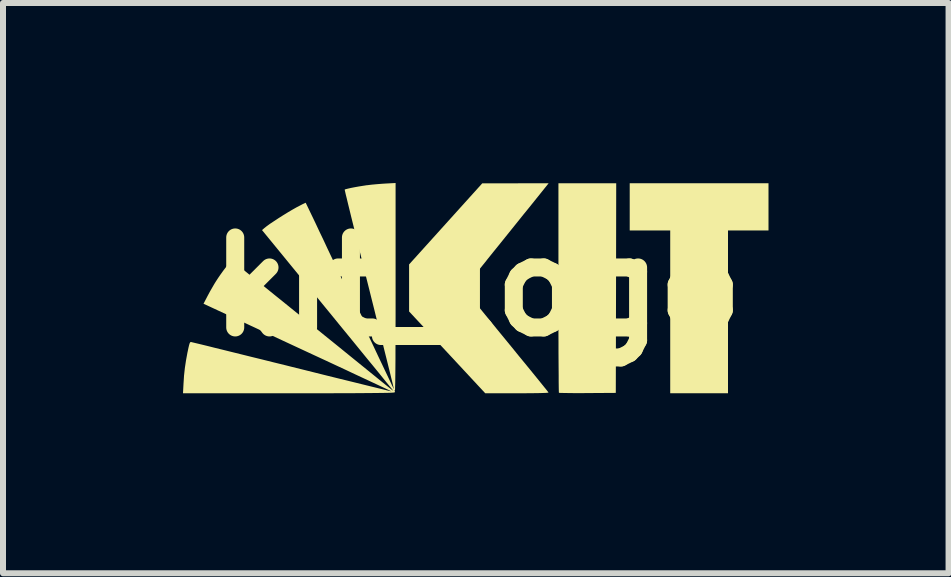
<source format=kicad_pcb>
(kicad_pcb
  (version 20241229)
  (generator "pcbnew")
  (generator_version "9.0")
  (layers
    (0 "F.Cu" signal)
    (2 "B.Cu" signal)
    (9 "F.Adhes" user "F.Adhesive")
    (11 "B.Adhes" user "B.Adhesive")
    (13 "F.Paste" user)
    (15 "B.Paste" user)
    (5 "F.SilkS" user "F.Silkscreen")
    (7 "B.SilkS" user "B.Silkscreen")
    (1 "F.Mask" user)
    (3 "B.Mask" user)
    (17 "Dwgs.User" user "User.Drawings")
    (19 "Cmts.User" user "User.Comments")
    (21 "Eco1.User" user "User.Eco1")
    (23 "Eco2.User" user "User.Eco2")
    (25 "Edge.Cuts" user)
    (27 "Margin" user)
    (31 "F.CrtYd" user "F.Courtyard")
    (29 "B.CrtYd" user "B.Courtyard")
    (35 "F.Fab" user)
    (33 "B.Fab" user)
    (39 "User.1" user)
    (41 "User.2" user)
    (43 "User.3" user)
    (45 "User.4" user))
  (footprint "kit_logo"
    (layer "F.Cu")
    (at 4.906 1.729)
    (property "Reference" "kit_logo" (at 0 0 0) (layer "F.SilkS") (effects (font (size 1.5 1.5) (thickness 0.3))))
    (attr board_only exclude_from_pos_files exclude_from_bom)
    (fp_poly (pts (xy 4.852 -1.331) (xy 4.852 -0.938) (xy 4.515 -0.938) (xy 4.177 -0.938) (xy 4.177 0.419) (xy 4.177 1.775) (xy 3.696 1.775) (xy 3.214 1.775) (xy 3.214 0.419) (xy 3.214 -0.938) (xy 2.876 -0.938) (xy 2.539 -0.938) (xy 2.539 -1.331) (xy 2.539 -1.725) (xy 3.696 -1.725) (xy 4.852 -1.725)) (stroke (width 0) (type solid)) (fill yes) (layer "F.SilkS"))
    (fp_poly (pts (xy 2.311 0.022) (xy 2.307 1.769) (xy 1.838 1.772) (xy 1.731 1.773) (xy 1.633 1.773) (xy 1.546 1.772) (xy 1.472 1.771) (xy 1.414 1.77) (xy 1.376 1.769) (xy 1.36 1.767) (xy 1.359 1.767) (xy 1.358 1.754) (xy 1.357 1.717) (xy 1.356 1.658) (xy 1.355 1.578) (xy 1.355 1.479) (xy 1.354 1.362) (xy 1.353 1.229) (xy 1.352 1.08) (xy 1.352 0.919) (xy 1.351 0.744) (xy 1.351 0.56) (xy 1.351 0.366) (xy 1.351 0.164) (xy 1.351 0.017) (xy 1.351 -1.725) (xy 1.832 -1.725) (xy 2.314 -1.725)) (stroke (width 0) (type solid)) (fill yes) (layer "F.SilkS"))
    (fp_poly (pts (xy 0.854 -1.309) (xy 0.769 -1.205) (xy 0.673 -1.085) (xy 0.57 -0.957) (xy 0.463 -0.824) (xy 0.356 -0.691) (xy 0.254 -0.565) (xy 0.161 -0.449) (xy 0.148 -0.432) (xy 0.061 -0.324) (xy -0.012 -0.233) (xy -0.071 -0.158) (xy -0.118 -0.098) (xy -0.154 -0.051) (xy -0.18 -0.015) (xy -0.197 0.012) (xy -0.207 0.03) (xy -0.21 0.042) (xy -0.209 0.05) (xy -0.209 0.05) (xy -0.199 0.063) (xy -0.174 0.093) (xy -0.136 0.14) (xy -0.085 0.202) (xy -0.024 0.278) (xy 0.048 0.366) (xy 0.128 0.464) (xy 0.217 0.572) (xy 0.311 0.688) (xy 0.411 0.81) (xy 0.494 0.911) (xy 0.597 1.037) (xy 0.695 1.158) (xy 0.788 1.271) (xy 0.874 1.376) (xy 0.952 1.472) (xy 1.021 1.557) (xy 1.079 1.629) (xy 1.126 1.687) (xy 1.16 1.729) (xy 1.18 1.755) (xy 1.186 1.763) (xy 1.175 1.766) (xy 1.14 1.769) (xy 1.082 1.771) (xy 1.004 1.773) (xy 0.905 1.774) (xy 0.787 1.775) (xy 0.661 1.775) (xy 0.131 1.775) (xy -0.503 1.093) (xy -1.138 0.412) (xy -1.138 0.02) (xy -1.138 -0.372) (xy -0.528 -1.048) (xy 0.081 -1.723) (xy 0.635 -1.724) (xy 1.188 -1.725)) (stroke (width 0) (type solid)) (fill yes) (layer "F.SilkS"))
    (fp_poly (pts (xy -1.363 0.008) (xy -1.363 0.264) (xy -1.363 0.496) (xy -1.364 0.705) (xy -1.364 0.891) (xy -1.365 1.057) (xy -1.365 1.202) (xy -1.366 1.328) (xy -1.367 1.436) (xy -1.368 1.526) (xy -1.369 1.601) (xy -1.371 1.659) (xy -1.372 1.704) (xy -1.374 1.735) (xy -1.376 1.753) (xy -1.378 1.76) (xy -1.386 1.762) (xy -1.405 1.764) (xy -1.437 1.766) (xy -1.483 1.768) (xy -1.543 1.769) (xy -1.618 1.77) (xy -1.709 1.771) (xy -1.818 1.772) (xy -1.946 1.773) (xy -2.092 1.774) (xy -2.259 1.774) (xy -2.447 1.775) (xy -2.657 1.775) (xy -2.89 1.775) (xy -3.147 1.775) (xy -3.15 1.775) (xy -4.906 1.775) (xy -4.898 1.623) (xy -4.889 1.482) (xy -4.875 1.354) (xy -4.856 1.228) (xy -4.831 1.092) (xy -4.829 1.084) (xy -4.815 1.017) (xy -4.804 0.971) (xy -4.795 0.942) (xy -4.787 0.927) (xy -4.777 0.921) (xy -4.771 0.921) (xy -4.756 0.925) (xy -4.718 0.934) (xy -4.659 0.948) (xy -4.58 0.967) (xy -4.482 0.991) (xy -4.367 1.02) (xy -4.236 1.052) (xy -4.091 1.088) (xy -3.933 1.127) (xy -3.764 1.169) (xy -3.584 1.213) (xy -3.396 1.26) (xy -3.2 1.308) (xy -3.089 1.336) (xy -2.891 1.385) (xy -2.699 1.433) (xy -2.515 1.479) (xy -2.341 1.522) (xy -2.178 1.562) (xy -2.027 1.599) (xy -1.89 1.633) (xy -1.768 1.663) (xy -1.662 1.689) (xy -1.575 1.71) (xy -1.507 1.727) (xy -1.459 1.738) (xy -1.433 1.744) (xy -1.429 1.745) (xy -1.44 1.74) (xy -1.472 1.724) (xy -1.524 1.699) (xy -1.595 1.666) (xy -1.684 1.624) (xy -1.789 1.575) (xy -1.909 1.519) (xy -2.042 1.457) (xy -2.188 1.388) (xy -2.345 1.315) (xy -2.512 1.237) (xy -2.687 1.156) (xy -2.87 1.071) (xy -2.995 1.013) (xy -4.564 0.283) (xy -4.492 0.145) (xy -4.457 0.08) (xy -4.418 0.012) (xy -4.382 -0.05) (xy -4.359 -0.087) (xy -4.32 -0.147) (xy -4.278 -0.208) (xy -4.234 -0.269) (xy -4.192 -0.324) (xy -4.154 -0.372) (xy -4.123 -0.408) (xy -4.102 -0.43) (xy -4.093 -0.434) (xy -4.088 -0.431) (xy -4.075 -0.421) (xy -4.053 -0.405) (xy -4.023 -0.381) (xy -3.983 -0.349) (xy -3.933 -0.31) (xy -3.872 -0.261) (xy -3.801 -0.203) (xy -3.717 -0.136) (xy -3.621 -0.059) (xy -3.512 0.029) (xy -3.389 0.129) (xy -3.252 0.239) (xy -3.1 0.362) (xy -2.933 0.497) (xy -2.75 0.645) (xy -2.551 0.807) (xy -2.334 0.982) (xy -2.1 1.172) (xy -1.847 1.377) (xy -1.598 1.579) (xy -1.539 1.627) (xy -1.486 1.669) (xy -1.444 1.702) (xy -1.415 1.725) (xy -1.401 1.734) (xy -1.401 1.735) (xy -1.403 1.731) (xy -1.388 1.731) (xy -1.382 1.738) (xy -1.376 1.731) (xy -1.382 1.725) (xy -1.388 1.731) (xy -1.403 1.731) (xy -1.408 1.725) (xy -1.431 1.696) (xy -1.468 1.651) (xy -1.518 1.59) (xy -1.58 1.513) (xy -1.653 1.423) (xy -1.737 1.32) (xy -1.831 1.206) (xy -1.933 1.081) (xy -2.042 0.947) (xy -2.159 0.804) (xy -2.282 0.654) (xy -2.409 0.498) (xy -2.495 0.393) (xy -3.589 -0.944) (xy -3.549 -0.979) (xy -3.511 -1.009) (xy -3.456 -1.049) (xy -3.388 -1.094) (xy -3.312 -1.144) (xy -3.233 -1.194) (xy -3.155 -1.242) (xy -3.082 -1.285) (xy -3.02 -1.32) (xy -3.013 -1.324) (xy -2.959 -1.352) (xy -2.913 -1.376) (xy -2.879 -1.392) (xy -2.863 -1.4) (xy -2.862 -1.4) (xy -2.856 -1.389) (xy -2.84 -1.356) (xy -2.815 -1.304) (xy -2.781 -1.233) (xy -2.738 -1.144) (xy -2.688 -1.039) (xy -2.632 -0.919) (xy -2.568 -0.786) (xy -2.5 -0.64) (xy -2.426 -0.484) (xy -2.347 -0.317) (xy -2.265 -0.143) (xy -2.179 0.039) (xy -2.125 0.155) (xy -2.038 0.34) (xy -1.954 0.52) (xy -1.873 0.691) (xy -1.796 0.854) (xy -1.724 1.006) (xy -1.658 1.147) (xy -1.597 1.275) (xy -1.543 1.389) (xy -1.496 1.488) (xy -1.457 1.57) (xy -1.427 1.634) (xy -1.405 1.678) (xy -1.393 1.702) (xy -1.391 1.706) (xy -1.393 1.694) (xy -1.402 1.659) (xy -1.415 1.602) (xy -1.434 1.526) (xy -1.457 1.43) (xy -1.485 1.318) (xy -1.517 1.189) (xy -1.553 1.046) (xy -1.591 0.89) (xy -1.633 0.722) (xy -1.678 0.544) (xy -1.724 0.357) (xy -1.773 0.162) (xy -1.802 0.045) (xy -1.852 -0.153) (xy -1.9 -0.345) (xy -1.945 -0.529) (xy -1.989 -0.703) (xy -2.029 -0.867) (xy -2.066 -1.018) (xy -2.1 -1.155) (xy -2.13 -1.278) (xy -2.156 -1.384) (xy -2.177 -1.472) (xy -2.194 -1.54) (xy -2.205 -1.589) (xy -2.211 -1.615) (xy -2.211 -1.619) (xy -2.195 -1.626) (xy -2.158 -1.635) (xy -2.106 -1.647) (xy -2.044 -1.659) (xy -1.977 -1.671) (xy -1.908 -1.682) (xy -1.844 -1.692) (xy -1.838 -1.692) (xy -1.765 -1.701) (xy -1.679 -1.709) (xy -1.592 -1.716) (xy -1.529 -1.72) (xy -1.363 -1.729)) (stroke (width 0) (type solid)) (fill yes) (layer "F.SilkS")))
  (gr_rect
    (start -3 -3)
    (end 12.759 6.504)
    (stroke (width 0.1) (type default))
    (fill no)
    (layer "Edge.Cuts")))
</source>
